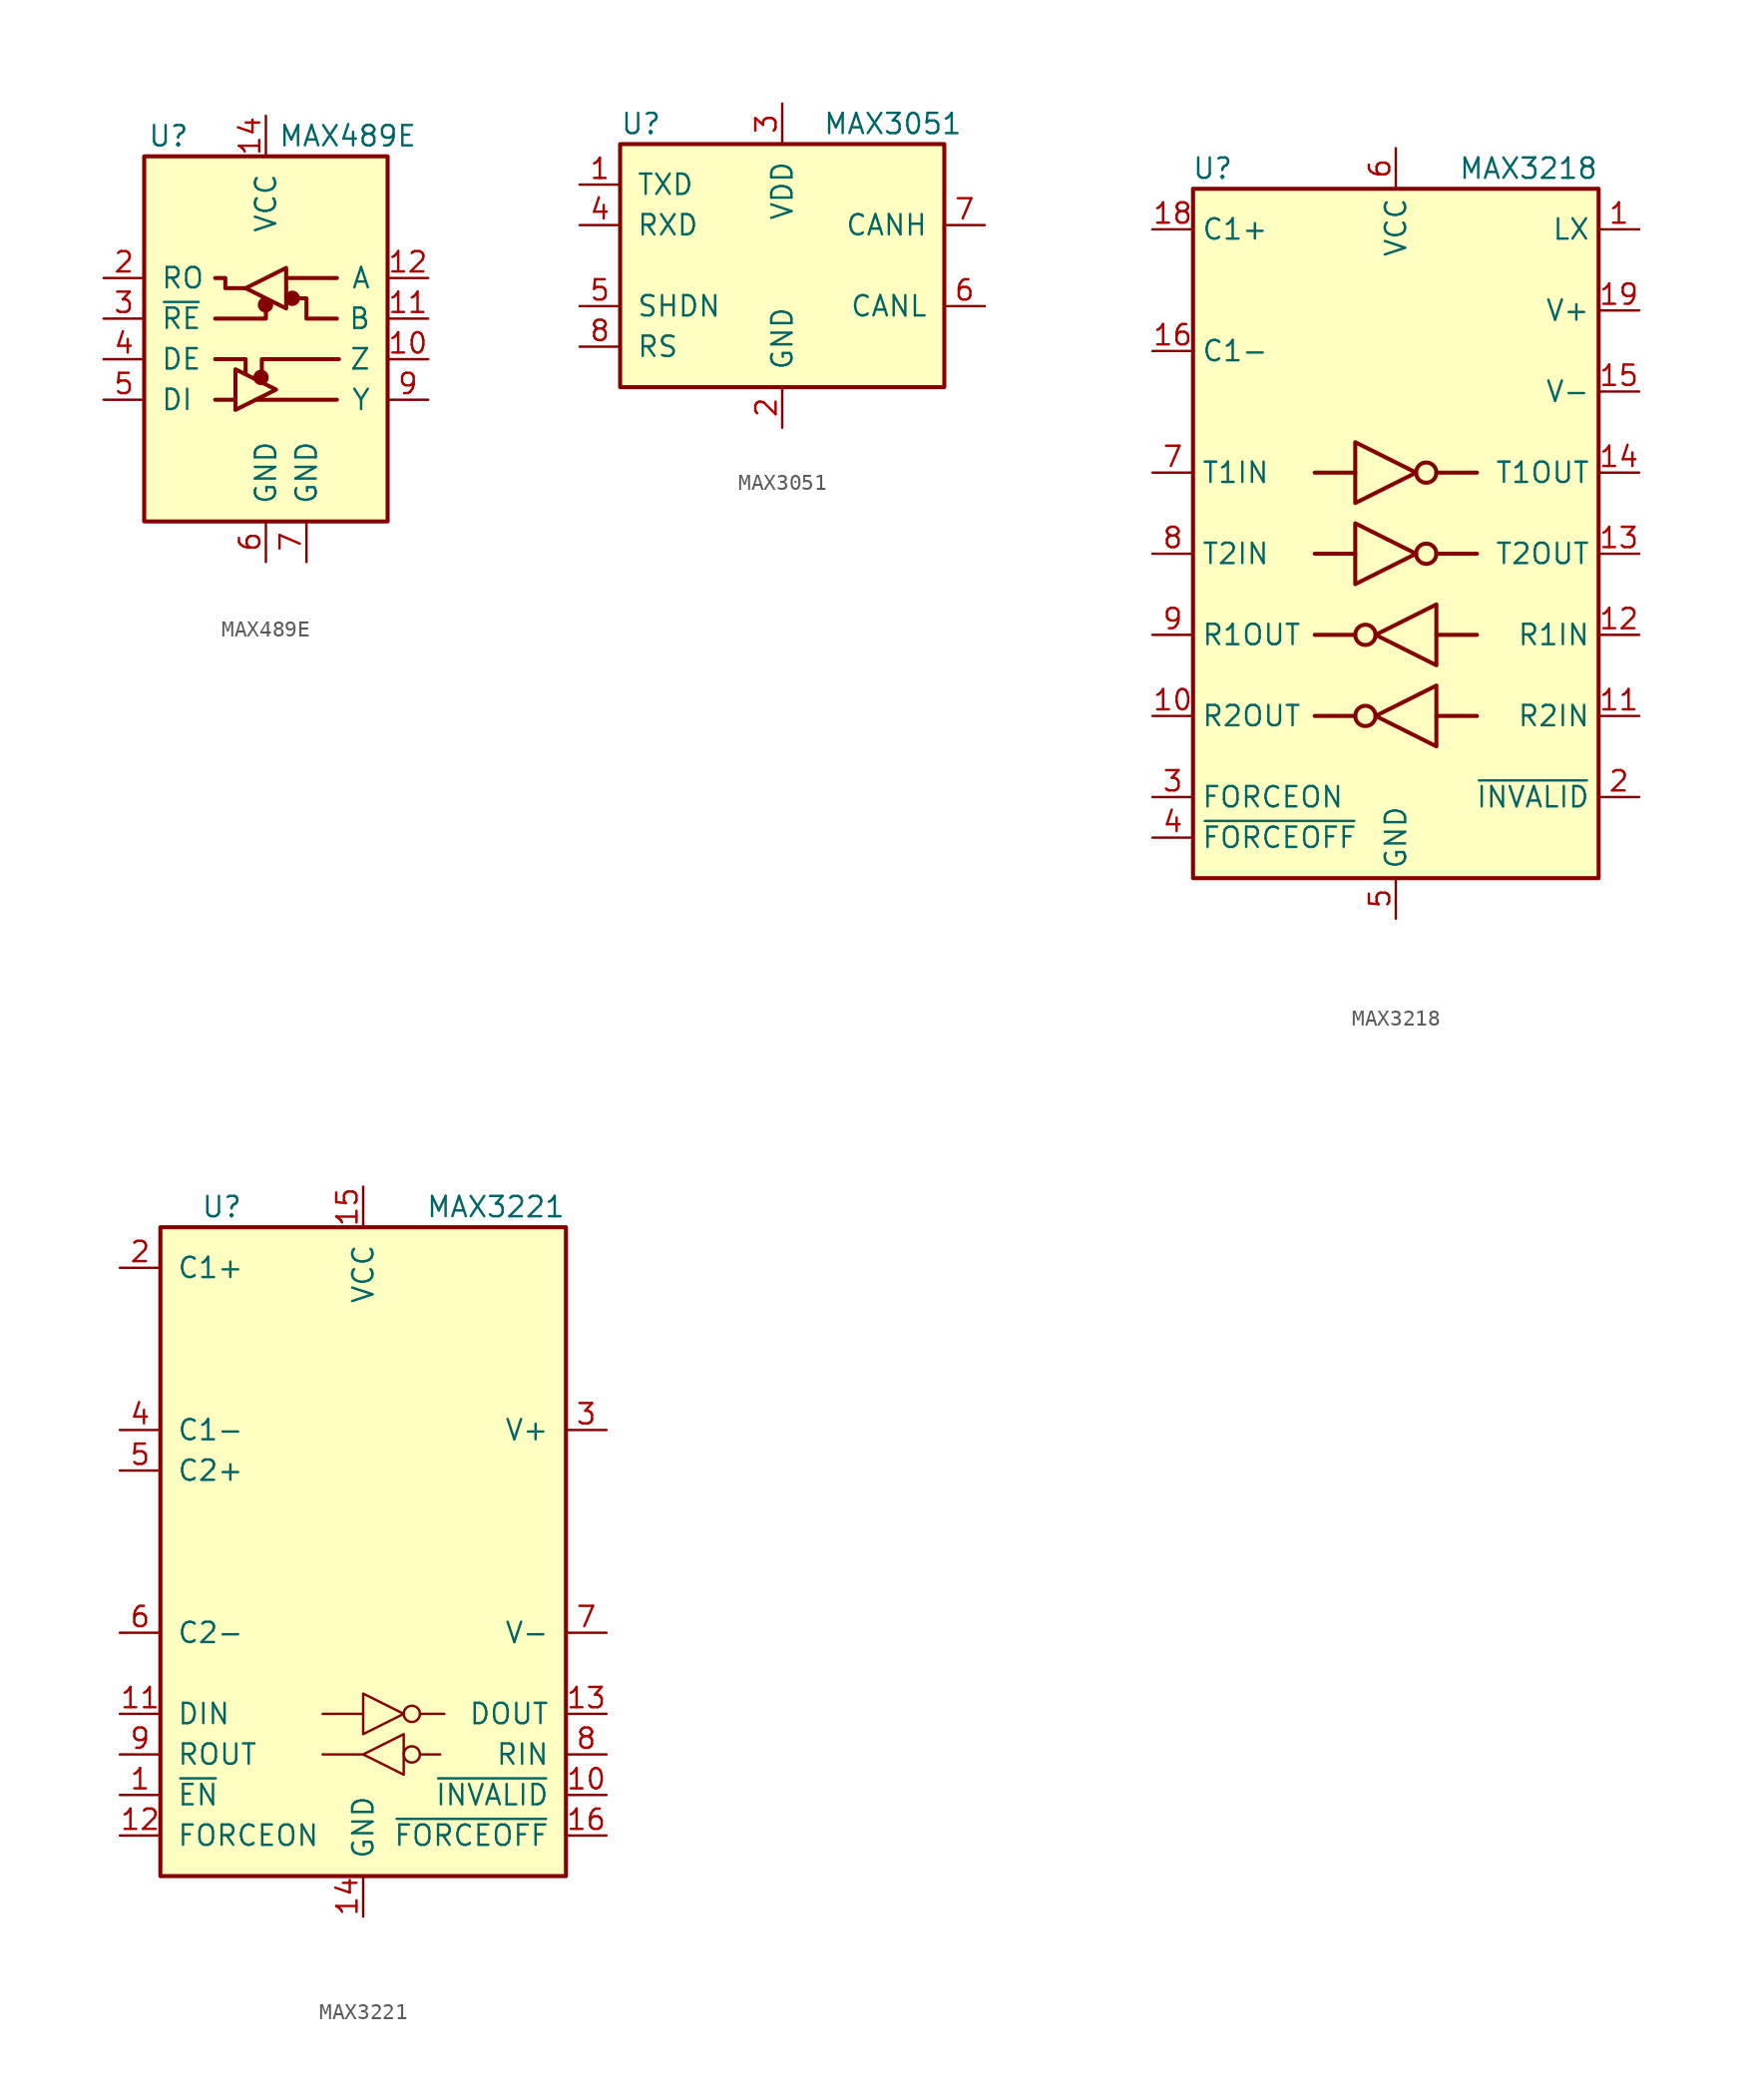
<source format=kicad_sym>
(kicad_symbol_lib
  (version 20201005)
  (generator kicad_symbol_editor)
  (symbol "Interface_UART:MAX489E"
    (pin_names
      (offset 1.016))
    (property "Reference" "U"
      (at -6.096 11.43 0)
      (effects (font (size 1.27 1.27))))
    (property "Value" "MAX489E"
      (at 0.762 11.43 0)
      (effects (font (size 1.27 1.27)) (justify left)))
    (symbol "MAX489E_0_1"
      (circle (center -0.305 -3.683) (radius 0.356) (stroke (width 0.254)) (fill (type outline)))
      (circle (center -0.025 0.864) (radius 0.356) (stroke (width 0.254)) (fill (type outline)))
      (circle (center 1.651 1.27) (radius 0.356) (stroke (width 0.254)) (fill (type outline)))
      (rectangle (start -7.62 10.16) (end 7.62 -12.7) (stroke (width 0.254)) (fill (type background)))
      (polyline (pts (xy -3.175 -5.08) (xy -1.905 -5.08)) (stroke (width 0.254)) (fill (type none)))
      (polyline (pts (xy -1.27 -3.2) (xy -1.27 -3.454)) (stroke (width 0.254)) (fill (type none)))
      (polyline (pts (xy -0.635 -5.08) (xy 4.445 -5.08)) (stroke (width 0.254)) (fill (type none)))
      (polyline (pts (xy 1.27 2.54) (xy 4.445 2.54)) (stroke (width 0.254)) (fill (type none)))
      (polyline (pts (xy -3.175 -2.54) (xy -1.27 -2.54) (xy -1.27 -3.175)) (stroke (width 0.254)) (fill (type none)))
      (polyline (pts (xy -0.254 -3.556) (xy -0.254 -2.54) (xy 4.572 -2.54)) (stroke (width 0.254)) (fill (type none)))
      (polyline (pts (xy 0 0.635) (xy 0 0) (xy -3.175 0)) (stroke (width 0.254)) (fill (type none)))
      (polyline (pts (xy -1.905 -3.175) (xy -1.905 -5.715) (xy 0.635 -4.445) (xy -1.905 -3.175)) (stroke (width 0.254)) (fill (type none)))
      (polyline (pts (xy -1.27 1.905) (xy -2.54 1.905) (xy -2.54 2.54) (xy -3.175 2.54)) (stroke (width 0.254)) (fill (type none)))
      (polyline (pts (xy -1.27 1.905) (xy 1.27 3.175) (xy 1.27 0.635) (xy -1.27 1.905)) (stroke (width 0.254)) (fill (type none)))
      (polyline (pts (xy 1.905 1.27) (xy 2.54 1.27) (xy 2.54 0) (xy 4.445 0)) (stroke (width 0.254)) (fill (type none))))
    (symbol "MAX489E_1_1"
      (pin no_connect line (at -7.62 7.62 0) (length 2.54) hide (name "NC" (effects (font (size 1.27 1.27)))) (number "1" (effects (font (size 1.27 1.27)))))
      (pin output line (at 10.16 -2.54 180) (length 2.54) (name "Z" (effects (font (size 1.27 1.27)))) (number "10" (effects (font (size 1.27 1.27)))))
      (pin input line (at 10.16 0 180) (length 2.54) (name "B" (effects (font (size 1.27 1.27)))) (number "11" (effects (font (size 1.27 1.27)))))
      (pin input line (at 10.16 2.54 180) (length 2.54) (name "A" (effects (font (size 1.27 1.27)))) (number "12" (effects (font (size 1.27 1.27)))))
      (pin no_connect line (at 7.62 7.62 180) (length 2.54) hide (name "NC" (effects (font (size 1.27 1.27)))) (number "13" (effects (font (size 1.27 1.27)))))
      (pin power_in line (at 0 12.7 270) (length 2.54) (name "VCC" (effects (font (size 1.27 1.27)))) (number "14" (effects (font (size 1.27 1.27)))))
      (pin output line (at -10.16 2.54 0) (length 2.54) (name "RO" (effects (font (size 1.27 1.27)))) (number "2" (effects (font (size 1.27 1.27)))))
      (pin input line (at -10.16 0 0) (length 2.54) (name "~RE" (effects (font (size 1.27 1.27)))) (number "3" (effects (font (size 1.27 1.27)))))
      (pin input line (at -10.16 -2.54 0) (length 2.54) (name "DE" (effects (font (size 1.27 1.27)))) (number "4" (effects (font (size 1.27 1.27)))))
      (pin input line (at -10.16 -5.08 0) (length 2.54) (name "DI" (effects (font (size 1.27 1.27)))) (number "5" (effects (font (size 1.27 1.27)))))
      (pin power_in line (at 0 -15.24 90) (length 2.54) (name "GND" (effects (font (size 1.27 1.27)))) (number "6" (effects (font (size 1.27 1.27)))))
      (pin power_in line (at 2.54 -15.24 90) (length 2.54) (name "GND" (effects (font (size 1.27 1.27)))) (number "7" (effects (font (size 1.27 1.27)))))
      (pin no_connect line (at 7.62 -10.16 180) (length 2.54) hide (name "NC" (effects (font (size 1.27 1.27)))) (number "8" (effects (font (size 1.27 1.27)))))
      (pin output line (at 10.16 -5.08 180) (length 2.54) (name "Y" (effects (font (size 1.27 1.27)))) (number "9" (effects (font (size 1.27 1.27)))))))
  (symbol "Interface_UART:MAX3051"
    (pin_names
      (offset 1.016))
    (property "Reference" "U"
      (at -10.16 8.89 0)
      (effects (font (size 1.27 1.27)) (justify left)))
    (property "Value" "MAX3051"
      (at 2.54 8.89 0)
      (effects (font (size 1.27 1.27)) (justify left)))
    (symbol "MAX3051_0_1"
      (rectangle (start -10.16 7.62) (end 10.16 -7.62) (stroke (width 0.254)) (fill (type background))))
    (symbol "MAX3051_1_1"
      (pin input line (at -12.7 5.08 0) (length 2.54) (name "TXD" (effects (font (size 1.27 1.27)))) (number "1" (effects (font (size 1.27 1.27)))))
      (pin power_in line (at 0 -10.16 90) (length 2.54) (name "GND" (effects (font (size 1.27 1.27)))) (number "2" (effects (font (size 1.27 1.27)))))
      (pin power_in line (at 0 10.16 270) (length 2.54) (name "VDD" (effects (font (size 1.27 1.27)))) (number "3" (effects (font (size 1.27 1.27)))))
      (pin output line (at -12.7 2.54 0) (length 2.54) (name "RXD" (effects (font (size 1.27 1.27)))) (number "4" (effects (font (size 1.27 1.27)))))
      (pin input line (at -12.7 -2.54 0) (length 2.54) (name "SHDN" (effects (font (size 1.27 1.27)))) (number "5" (effects (font (size 1.27 1.27)))))
      (pin bidirectional line (at 12.7 -2.54 180) (length 2.54) (name "CANL" (effects (font (size 1.27 1.27)))) (number "6" (effects (font (size 1.27 1.27)))))
      (pin bidirectional line (at 12.7 2.54 180) (length 2.54) (name "CANH" (effects (font (size 1.27 1.27)))) (number "7" (effects (font (size 1.27 1.27)))))
      (pin input line (at -12.7 -5.08 0) (length 2.54) (name "RS" (effects (font (size 1.27 1.27)))) (number "8" (effects (font (size 1.27 1.27)))))))
  (symbol "Interface_UART:MAX3218"
    (property "Reference" "U"
      (at -10.16 24.13 0)
      (effects (font (size 1.27 1.27)) (justify right)))
    (property "Value" "MAX3218"
      (at 12.7 24.13 0)
      (effects (font (size 1.27 1.27)) (justify right)))
    (symbol "MAX3218_0_1"
      (circle (center 1.905 0) (radius 0.635) (stroke (width 0.254)) (fill (type none)))
      (circle (center 1.905 5.08) (radius 0.635) (stroke (width 0.254)) (fill (type none)))
      (rectangle (start -12.7 -20.32) (end 12.7 22.86) (stroke (width 0.254)) (fill (type background)))
      (polyline (pts (xy -2.54 5.08) (xy -5.08 5.08)) (stroke (width 0.254)) (fill (type none)))
      (polyline (pts (xy 2.54 5.08) (xy 5.08 5.08)) (stroke (width 0.254)) (fill (type none)))
      (polyline (pts (xy -2.54 1.905) (xy -2.54 -1.905) (xy 1.27 0) (xy -2.54 1.905)) (stroke (width 0.254)) (fill (type none)))
      (polyline (pts (xy -2.54 6.985) (xy -2.54 3.175) (xy 1.27 5.08) (xy -2.54 6.985)) (stroke (width 0.254)) (fill (type none))))
    (symbol "MAX3218_1_1"
      (circle (center -1.905 -10.16) (radius 0.635) (stroke (width 0.254)) (fill (type none)))
      (circle (center -1.905 -5.08) (radius 0.635) (stroke (width 0.254)) (fill (type none)))
      (polyline (pts (xy -2.54 -10.16) (xy -5.08 -10.16)) (stroke (width 0.254)) (fill (type none)))
      (polyline (pts (xy -2.54 -5.08) (xy -5.08 -5.08)) (stroke (width 0.254)) (fill (type none)))
      (polyline (pts (xy -2.54 0) (xy -5.08 0)) (stroke (width 0.254)) (fill (type none)))
      (polyline (pts (xy 2.54 -10.16) (xy 5.08 -10.16)) (stroke (width 0.254)) (fill (type none)))
      (polyline (pts (xy 2.54 -5.08) (xy 5.08 -5.08)) (stroke (width 0.254)) (fill (type none)))
      (polyline (pts (xy 2.54 0) (xy 5.08 0)) (stroke (width 0.254)) (fill (type none)))
      (polyline (pts (xy 2.54 -12.065) (xy 2.54 -8.255) (xy -1.27 -10.16) (xy 2.54 -12.065)) (stroke (width 0.254)) (fill (type none)))
      (polyline (pts (xy 2.54 -6.985) (xy 2.54 -3.175) (xy -1.27 -5.08) (xy 2.54 -6.985)) (stroke (width 0.254)) (fill (type none)))
      (pin passive line (at 15.24 20.32 180) (length 2.54) (name "LX" (effects (font (size 1.27 1.27)))) (number "1" (effects (font (size 1.27 1.27)))))
      (pin output line (at -15.24 -10.16 0) (length 2.54) (name "R2OUT" (effects (font (size 1.27 1.27)))) (number "10" (effects (font (size 1.27 1.27)))))
      (pin input line (at 15.24 -10.16 180) (length 2.54) (name "R2IN" (effects (font (size 1.27 1.27)))) (number "11" (effects (font (size 1.27 1.27)))))
      (pin input line (at 15.24 -5.08 180) (length 2.54) (name "R1IN" (effects (font (size 1.27 1.27)))) (number "12" (effects (font (size 1.27 1.27)))))
      (pin output line (at 15.24 0 180) (length 2.54) (name "T2OUT" (effects (font (size 1.27 1.27)))) (number "13" (effects (font (size 1.27 1.27)))))
      (pin output line (at 15.24 5.08 180) (length 2.54) (name "T1OUT" (effects (font (size 1.27 1.27)))) (number "14" (effects (font (size 1.27 1.27)))))
      (pin power_out line (at 15.24 10.16 180) (length 2.54) (name "V-" (effects (font (size 1.27 1.27)))) (number "15" (effects (font (size 1.27 1.27)))))
      (pin passive line (at -15.24 12.7 0) (length 2.54) (name "C1-" (effects (font (size 1.27 1.27)))) (number "16" (effects (font (size 1.27 1.27)))))
      (pin passive line (at 0 -22.86 90) (length 2.54) hide (name "GND" (effects (font (size 1.27 1.27)))) (number "17" (effects (font (size 1.27 1.27)))))
      (pin passive line (at -15.24 20.32 0) (length 2.54) (name "C1+" (effects (font (size 1.27 1.27)))) (number "18" (effects (font (size 1.27 1.27)))))
      (pin power_out line (at 15.24 15.24 180) (length 2.54) (name "V+" (effects (font (size 1.27 1.27)))) (number "19" (effects (font (size 1.27 1.27)))))
      (pin output line (at 15.24 -15.24 180) (length 2.54) (name "~INVALID" (effects (font (size 1.27 1.27)))) (number "2" (effects (font (size 1.27 1.27)))))
      (pin passive line (at 0 -22.86 90) (length 2.54) hide (name "GND" (effects (font (size 1.27 1.27)))) (number "20" (effects (font (size 1.27 1.27)))))
      (pin input line (at -15.24 -15.24 0) (length 2.54) (name "FORCEON" (effects (font (size 1.27 1.27)))) (number "3" (effects (font (size 1.27 1.27)))))
      (pin input line (at -15.24 -17.78 0) (length 2.54) (name "~FORCEOFF" (effects (font (size 1.27 1.27)))) (number "4" (effects (font (size 1.27 1.27)))))
      (pin power_in line (at 0 -22.86 90) (length 2.54) (name "GND" (effects (font (size 1.27 1.27)))) (number "5" (effects (font (size 1.27 1.27)))))
      (pin power_in line (at 0 25.4 270) (length 2.54) (name "VCC" (effects (font (size 1.27 1.27)))) (number "6" (effects (font (size 1.27 1.27)))))
      (pin input line (at -15.24 5.08 0) (length 2.54) (name "T1IN" (effects (font (size 1.27 1.27)))) (number "7" (effects (font (size 1.27 1.27)))))
      (pin input line (at -15.24 0 0) (length 2.54) (name "T2IN" (effects (font (size 1.27 1.27)))) (number "8" (effects (font (size 1.27 1.27)))))
      (pin output line (at -15.24 -5.08 0) (length 2.54) (name "R1OUT" (effects (font (size 1.27 1.27)))) (number "9" (effects (font (size 1.27 1.27)))))))
  (symbol "Interface_UART:MAX3221"
    (pin_names
      (offset 1.016))
    (property "Reference" "U"
      (at -10.16 21.59 0)
      (effects (font (size 1.27 1.27)) (justify left)))
    (property "Value" "MAX3221"
      (at 12.7 21.59 0)
      (effects (font (size 1.27 1.27)) (justify right)))
    (symbol "MAX3221_0_1"
      (circle (center 3.048 -12.7) (radius 0.508) (stroke (width 0)) (fill (type none)))
      (circle (center 3.048 -10.16) (radius 0.508) (stroke (width 0)) (fill (type none)))
      (rectangle (start -12.7 -20.32) (end 12.7 20.32) (stroke (width 0.254)) (fill (type background)))
      (polyline (pts (xy -2.54 -12.7) (xy 0 -12.7) (xy 0 -12.7)) (stroke (width 0)) (fill (type none)))
      (polyline (pts (xy -2.54 -10.16) (xy 0 -10.16) (xy 0 -10.16)) (stroke (width 0)) (fill (type none)))
      (polyline (pts (xy 3.556 -12.7) (xy 4.826 -12.7) (xy 4.826 -12.7)) (stroke (width 0)) (fill (type none)))
      (polyline (pts (xy 3.556 -10.16) (xy 5.08 -10.16) (xy 5.08 -10.16)) (stroke (width 0)) (fill (type none)))
      (polyline (pts (xy 2.54 -11.43) (xy 2.54 -13.97) (xy 0 -12.7) (xy 2.54 -11.43) (xy 2.54 -11.43)) (stroke (width 0)) (fill (type none)))
      (polyline (pts (xy 0 -11.43) (xy 0 -8.89) (xy 2.54 -10.16) (xy 0 -11.43) (xy 0 -11.43) (xy 0 -11.43)) (stroke (width 0)) (fill (type none))))
    (symbol "MAX3221_1_1"
      (pin input line (at -15.24 -15.24 0) (length 2.54) (name "~EN" (effects (font (size 1.27 1.27)))) (number "1" (effects (font (size 1.27 1.27)))))
      (pin output line (at 15.24 -15.24 180) (length 2.54) (name "~INVALID" (effects (font (size 1.27 1.27)))) (number "10" (effects (font (size 1.27 1.27)))))
      (pin input line (at -15.24 -10.16 0) (length 2.54) (name "DIN" (effects (font (size 1.27 1.27)))) (number "11" (effects (font (size 1.27 1.27)))))
      (pin input line (at -15.24 -17.78 0) (length 2.54) (name "FORCEON" (effects (font (size 1.27 1.27)))) (number "12" (effects (font (size 1.27 1.27)))))
      (pin output line (at 15.24 -10.16 180) (length 2.54) (name "DOUT" (effects (font (size 1.27 1.27)))) (number "13" (effects (font (size 1.27 1.27)))))
      (pin power_in line (at 0 -22.86 90) (length 2.54) (name "GND" (effects (font (size 1.27 1.27)))) (number "14" (effects (font (size 1.27 1.27)))))
      (pin power_in line (at 0 22.86 270) (length 2.54) (name "VCC" (effects (font (size 1.27 1.27)))) (number "15" (effects (font (size 1.27 1.27)))))
      (pin input line (at 15.24 -17.78 180) (length 2.54) (name "~FORCEOFF" (effects (font (size 1.27 1.27)))) (number "16" (effects (font (size 1.27 1.27)))))
      (pin passive line (at -15.24 17.78 0) (length 2.54) (name "C1+" (effects (font (size 1.27 1.27)))) (number "2" (effects (font (size 1.27 1.27)))))
      (pin power_out line (at 15.24 7.62 180) (length 2.54) (name "V+" (effects (font (size 1.27 1.27)))) (number "3" (effects (font (size 1.27 1.27)))))
      (pin passive line (at -15.24 7.62 0) (length 2.54) (name "C1-" (effects (font (size 1.27 1.27)))) (number "4" (effects (font (size 1.27 1.27)))))
      (pin passive line (at -15.24 5.08 0) (length 2.54) (name "C2+" (effects (font (size 1.27 1.27)))) (number "5" (effects (font (size 1.27 1.27)))))
      (pin passive line (at -15.24 -5.08 0) (length 2.54) (name "C2-" (effects (font (size 1.27 1.27)))) (number "6" (effects (font (size 1.27 1.27)))))
      (pin power_out line (at 15.24 -5.08 180) (length 2.54) (name "V-" (effects (font (size 1.27 1.27)))) (number "7" (effects (font (size 1.27 1.27)))))
      (pin input line (at 15.24 -12.7 180) (length 2.54) (name "RIN" (effects (font (size 1.27 1.27)))) (number "8" (effects (font (size 1.27 1.27)))))
      (pin output line (at -15.24 -12.7 0) (length 2.54) (name "ROUT" (effects (font (size 1.27 1.27)))) (number "9" (effects (font (size 1.27 1.27))))))))
</source>
